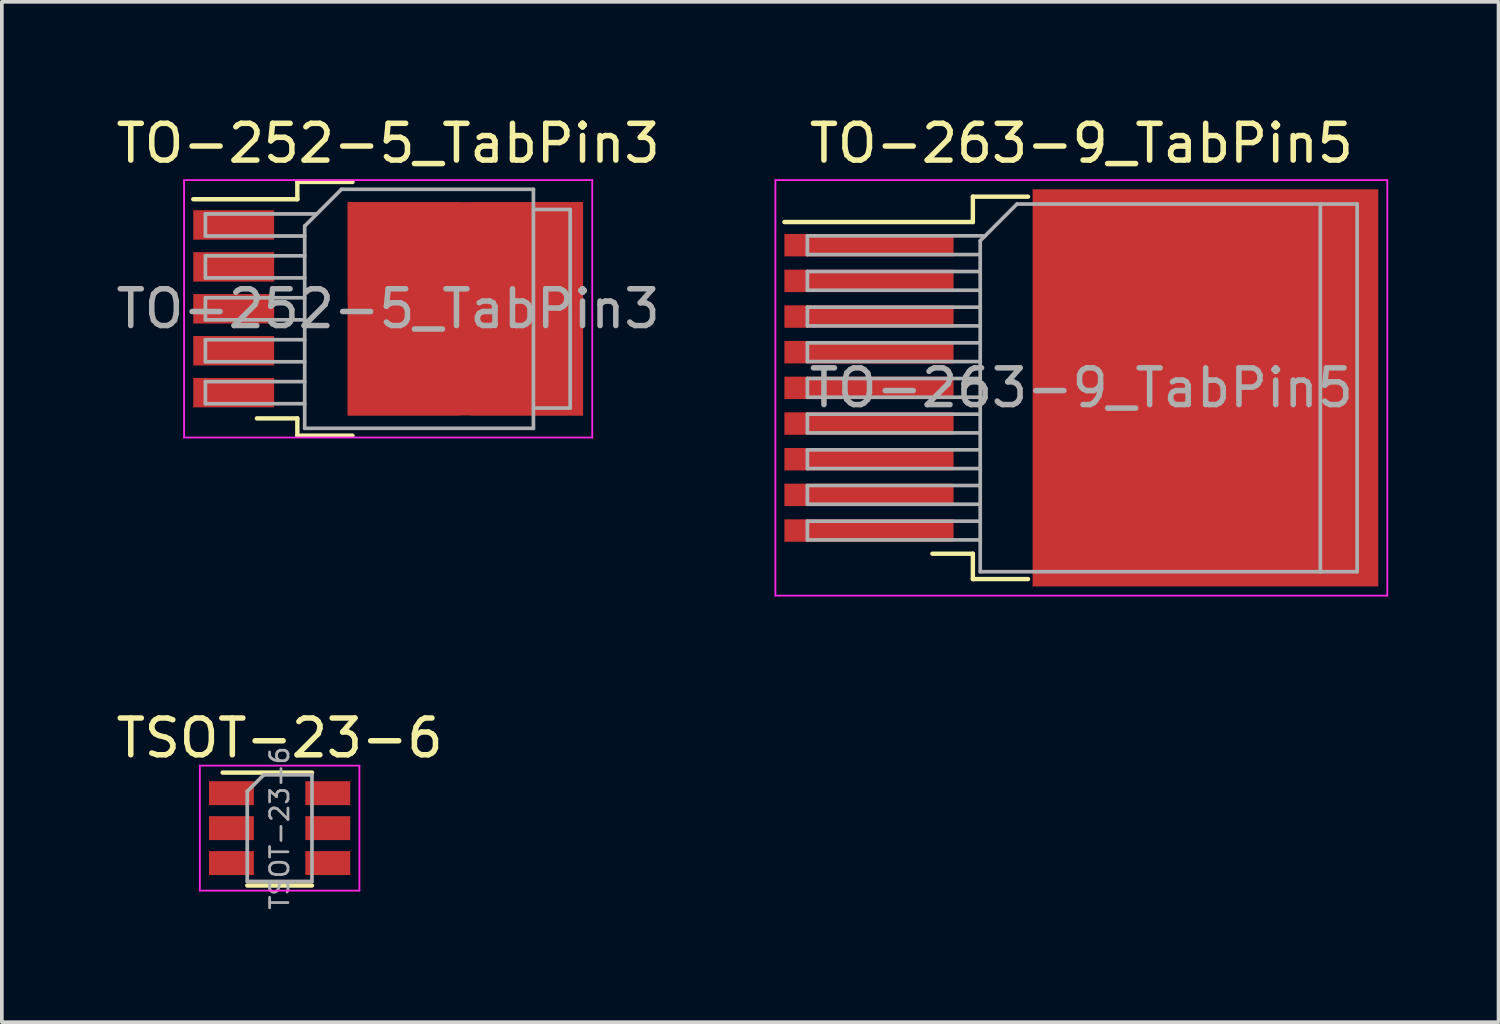
<source format=kicad_pcb>
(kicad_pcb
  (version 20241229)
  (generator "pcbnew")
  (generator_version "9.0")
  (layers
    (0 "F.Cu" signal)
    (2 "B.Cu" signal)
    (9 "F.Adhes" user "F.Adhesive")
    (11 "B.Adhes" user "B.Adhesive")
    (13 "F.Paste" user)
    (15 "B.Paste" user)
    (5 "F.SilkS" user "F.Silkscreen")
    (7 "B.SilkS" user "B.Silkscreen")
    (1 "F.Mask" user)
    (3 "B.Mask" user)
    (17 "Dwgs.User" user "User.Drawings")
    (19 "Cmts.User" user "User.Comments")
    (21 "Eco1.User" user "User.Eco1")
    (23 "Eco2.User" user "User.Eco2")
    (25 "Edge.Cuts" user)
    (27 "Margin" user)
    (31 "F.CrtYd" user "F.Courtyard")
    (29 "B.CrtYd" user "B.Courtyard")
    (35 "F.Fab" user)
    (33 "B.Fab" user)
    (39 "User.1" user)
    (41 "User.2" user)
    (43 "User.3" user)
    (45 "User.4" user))
  (footprint "TSOT-23-6"
    (layer "F.Cu")
    (at 4.554 19.471)
    (property "Reference" "TSOT-23-6" (at 0 -2.45 0) (layer "F.SilkS") (effects (font (size 1 1) (thickness 0.15))))
    (attr smd)
    (fp_line (start -0.88 1.56) (end 0.88 1.56) (stroke (width 0.12) (type solid)) (layer "F.SilkS"))
    (fp_line (start 0.88 -1.51) (end -1.55 -1.51) (stroke (width 0.12) (type solid)) (layer "F.SilkS"))
    (fp_line (start -2.17 -1.7) (end -2.17 1.7) (stroke (width 0.05) (type solid)) (layer "F.CrtYd"))
    (fp_line (start -2.17 -1.7) (end 2.17 -1.7) (stroke (width 0.05) (type solid)) (layer "F.CrtYd"))
    (fp_line (start 2.17 1.7) (end -2.17 1.7) (stroke (width 0.05) (type solid)) (layer "F.CrtYd"))
    (fp_line (start 2.17 1.7) (end 2.17 -1.7) (stroke (width 0.05) (type solid)) (layer "F.CrtYd"))
    (fp_line (start -0.88 -1) (end -0.88 1.45) (stroke (width 0.1) (type solid)) (layer "F.Fab"))
    (fp_line (start -0.88 -1) (end -0.43 -1.45) (stroke (width 0.1) (type solid)) (layer "F.Fab"))
    (fp_line (start 0.88 -1.45) (end -0.43 -1.45) (stroke (width 0.1) (type solid)) (layer "F.Fab"))
    (fp_line (start 0.88 -1.45) (end 0.88 1.45) (stroke (width 0.1) (type solid)) (layer "F.Fab"))
    (fp_line (start 0.88 1.45) (end -0.88 1.45) (stroke (width 0.1) (type solid)) (layer "F.Fab"))
    (fp_text user "${REFERENCE}" (at 0 0 90) (layer "F.Fab") (effects (font (size 0.5 0.5) (thickness 0.075))))
    (pad "1" smd rect (at -1.31 -0.95) (size 1.22 0.65) (layers "F.Cu" "F.Mask" "F.Paste"))
    (pad "2" smd rect (at -1.31 0) (size 1.22 0.65) (layers "F.Cu" "F.Mask" "F.Paste"))
    (pad "3" smd rect (at -1.31 0.95) (size 1.22 0.65) (layers "F.Cu" "F.Mask" "F.Paste"))
    (pad "4" smd rect (at 1.31 0.95) (size 1.22 0.65) (layers "F.Cu" "F.Mask" "F.Paste"))
    (pad "5" smd rect (at 1.31 0) (size 1.22 0.65) (layers "F.Cu" "F.Mask" "F.Paste"))
    (pad "6" smd rect (at 1.31 -0.95) (size 1.22 0.65) (layers "F.Cu" "F.Mask" "F.Paste")))
  (footprint "TO-252-5_TabPin3"
    (layer "F.Cu")
    (at 7.506 5.348)
    (property "Reference" "TO-252-5_TabPin3" (at 0 -4.5 0) (layer "F.SilkS") (effects (font (size 1 1) (thickness 0.15))))
    (attr smd)
    (fp_line (start -2.47 -3.45) (end -2.47 -2.98) (stroke (width 0.12) (type solid)) (layer "F.SilkS"))
    (fp_line (start -2.47 -2.98) (end -5.3 -2.98) (stroke (width 0.12) (type solid)) (layer "F.SilkS"))
    (fp_line (start -2.47 2.98) (end -3.57 2.98) (stroke (width 0.12) (type solid)) (layer "F.SilkS"))
    (fp_line (start -2.47 3.45) (end -2.47 2.98) (stroke (width 0.12) (type solid)) (layer "F.SilkS"))
    (fp_line (start -0.97 -3.45) (end -2.47 -3.45) (stroke (width 0.12) (type solid)) (layer "F.SilkS"))
    (fp_line (start -0.97 3.45) (end -2.47 3.45) (stroke (width 0.12) (type solid)) (layer "F.SilkS"))
    (fp_line (start -5.55 -3.5) (end -5.55 3.5) (stroke (width 0.05) (type solid)) (layer "F.CrtYd"))
    (fp_line (start -5.55 3.5) (end 5.55 3.5) (stroke (width 0.05) (type solid)) (layer "F.CrtYd"))
    (fp_line (start 5.55 -3.5) (end -5.55 -3.5) (stroke (width 0.05) (type solid)) (layer "F.CrtYd"))
    (fp_line (start 5.55 3.5) (end 5.55 -3.5) (stroke (width 0.05) (type solid)) (layer "F.CrtYd"))
    (fp_line (start -4.97 -2.58) (end -4.97 -1.98) (stroke (width 0.1) (type solid)) (layer "F.Fab"))
    (fp_line (start -4.97 -1.98) (end -2.27 -1.98) (stroke (width 0.1) (type solid)) (layer "F.Fab"))
    (fp_line (start -4.97 -1.44) (end -4.97 -0.84) (stroke (width 0.1) (type solid)) (layer "F.Fab"))
    (fp_line (start -4.97 -0.84) (end -2.27 -0.84) (stroke (width 0.1) (type solid)) (layer "F.Fab"))
    (fp_line (start -4.97 -0.3) (end -4.97 0.3) (stroke (width 0.1) (type solid)) (layer "F.Fab"))
    (fp_line (start -4.97 0.3) (end -2.27 0.3) (stroke (width 0.1) (type solid)) (layer "F.Fab"))
    (fp_line (start -4.97 0.84) (end -4.97 1.44) (stroke (width 0.1) (type solid)) (layer "F.Fab"))
    (fp_line (start -4.97 1.44) (end -2.27 1.44) (stroke (width 0.1) (type solid)) (layer "F.Fab"))
    (fp_line (start -4.97 1.98) (end -4.97 2.58) (stroke (width 0.1) (type solid)) (layer "F.Fab"))
    (fp_line (start -4.97 2.58) (end -2.27 2.58) (stroke (width 0.1) (type solid)) (layer "F.Fab"))
    (fp_line (start -2.27 -2.25) (end -1.27 -3.25) (stroke (width 0.1) (type solid)) (layer "F.Fab"))
    (fp_line (start -2.27 -1.44) (end -4.97 -1.44) (stroke (width 0.1) (type solid)) (layer "F.Fab"))
    (fp_line (start -2.27 -0.3) (end -4.97 -0.3) (stroke (width 0.1) (type solid)) (layer "F.Fab"))
    (fp_line (start -2.27 0.84) (end -4.97 0.84) (stroke (width 0.1) (type solid)) (layer "F.Fab"))
    (fp_line (start -2.27 1.98) (end -4.97 1.98) (stroke (width 0.1) (type solid)) (layer "F.Fab"))
    (fp_line (start -2.27 3.25) (end -2.27 -2.25) (stroke (width 0.1) (type solid)) (layer "F.Fab"))
    (fp_line (start -1.94 -2.58) (end -4.97 -2.58) (stroke (width 0.1) (type solid)) (layer "F.Fab"))
    (fp_line (start -1.27 -3.25) (end 3.95 -3.25) (stroke (width 0.1) (type solid)) (layer "F.Fab"))
    (fp_line (start 3.95 -3.25) (end 3.95 3.25) (stroke (width 0.1) (type solid)) (layer "F.Fab"))
    (fp_line (start 3.95 -2.7) (end 4.95 -2.7) (stroke (width 0.1) (type solid)) (layer "F.Fab"))
    (fp_line (start 3.95 3.25) (end -2.27 3.25) (stroke (width 0.1) (type solid)) (layer "F.Fab"))
    (fp_line (start 4.95 -2.7) (end 4.95 2.7) (stroke (width 0.1) (type solid)) (layer "F.Fab"))
    (fp_line (start 4.95 2.7) (end 3.95 2.7) (stroke (width 0.1) (type solid)) (layer "F.Fab"))
    (fp_text user "${REFERENCE}" (at 0 0 0) (layer "F.Fab") (effects (font (size 1 1) (thickness 0.15))))
    (pad "1" smd rect (at -4.2 -2.28) (size 2.2 0.8) (layers "F.Cu" "F.Mask" "F.Paste"))
    (pad "2" smd rect (at -4.2 -1.14) (size 2.2 0.8) (layers "F.Cu" "F.Mask" "F.Paste"))
    (pad "3" smd rect (at -4.2 0) (size 2.2 0.8) (layers "F.Cu" "F.Mask" "F.Paste"))
    (pad "3" smd rect (at 0.425 -1.525) (size 3.05 2.75) (layers "F.Cu" "F.Paste"))
    (pad "3" smd rect (at 0.425 1.525) (size 3.05 2.75) (layers "F.Cu" "F.Paste"))
    (pad "3" smd rect (at 2.1 0) (size 6.4 5.8) (layers "F.Cu" "F.Mask"))
    (pad "3" smd rect (at 3.775 -1.525) (size 3.05 2.75) (layers "F.Cu" "F.Paste"))
    (pad "3" smd rect (at 3.775 1.525) (size 3.05 2.75) (layers "F.Cu" "F.Paste"))
    (pad "4" smd rect (at -4.2 1.14) (size 2.2 0.8) (layers "F.Cu" "F.Mask" "F.Paste"))
    (pad "5" smd rect (at -4.2 2.28) (size 2.2 0.8) (layers "F.Cu" "F.Mask" "F.Paste")))
  (footprint "TO-263-9_TabPin5"
    (layer "F.Cu")
    (at 26.357 7.498)
    (property "Reference" "TO-263-9_TabPin5" (at 0 -6.65 0) (layer "F.SilkS") (effects (font (size 1 1) (thickness 0.15))))
    (attr smd)
    (fp_line (start -2.95 -5.2) (end -2.95 -4.51) (stroke (width 0.12) (type solid)) (layer "F.SilkS"))
    (fp_line (start -2.95 -4.51) (end -8.075 -4.51) (stroke (width 0.12) (type solid)) (layer "F.SilkS"))
    (fp_line (start -2.95 4.51) (end -4.05 4.51) (stroke (width 0.12) (type solid)) (layer "F.SilkS"))
    (fp_line (start -2.95 5.2) (end -2.95 4.51) (stroke (width 0.12) (type solid)) (layer "F.SilkS"))
    (fp_line (start -1.45 -5.2) (end -2.95 -5.2) (stroke (width 0.12) (type solid)) (layer "F.SilkS"))
    (fp_line (start -1.45 5.2) (end -2.95 5.2) (stroke (width 0.12) (type solid)) (layer "F.SilkS"))
    (fp_line (start -8.32 -5.65) (end -8.32 5.65) (stroke (width 0.05) (type solid)) (layer "F.CrtYd"))
    (fp_line (start -8.32 5.65) (end 8.32 5.65) (stroke (width 0.05) (type solid)) (layer "F.CrtYd"))
    (fp_line (start 8.32 -5.65) (end -8.32 -5.65) (stroke (width 0.05) (type solid)) (layer "F.CrtYd"))
    (fp_line (start 8.32 5.65) (end 8.32 -5.65) (stroke (width 0.05) (type solid)) (layer "F.CrtYd"))
    (fp_line (start -7.45 -4.135) (end -7.45 -3.625) (stroke (width 0.1) (type solid)) (layer "F.Fab"))
    (fp_line (start -7.45 -3.625) (end -2.75 -3.625) (stroke (width 0.1) (type solid)) (layer "F.Fab"))
    (fp_line (start -7.45 -3.165) (end -7.45 -2.655) (stroke (width 0.1) (type solid)) (layer "F.Fab"))
    (fp_line (start -7.45 -2.655) (end -2.75 -2.655) (stroke (width 0.1) (type solid)) (layer "F.Fab"))
    (fp_line (start -7.45 -2.195) (end -7.45 -1.685) (stroke (width 0.1) (type solid)) (layer "F.Fab"))
    (fp_line (start -7.45 -1.685) (end -2.75 -1.685) (stroke (width 0.1) (type solid)) (layer "F.Fab"))
    (fp_line (start -7.45 -1.225) (end -7.45 -0.715) (stroke (width 0.1) (type solid)) (layer "F.Fab"))
    (fp_line (start -7.45 -0.715) (end -2.75 -0.715) (stroke (width 0.1) (type solid)) (layer "F.Fab"))
    (fp_line (start -7.45 -0.255) (end -7.45 0.255) (stroke (width 0.1) (type solid)) (layer "F.Fab"))
    (fp_line (start -7.45 0.255) (end -2.75 0.255) (stroke (width 0.1) (type solid)) (layer "F.Fab"))
    (fp_line (start -7.45 0.715) (end -7.45 1.225) (stroke (width 0.1) (type solid)) (layer "F.Fab"))
    (fp_line (start -7.45 1.225) (end -2.75 1.225) (stroke (width 0.1) (type solid)) (layer "F.Fab"))
    (fp_line (start -7.45 1.685) (end -7.45 2.195) (stroke (width 0.1) (type solid)) (layer "F.Fab"))
    (fp_line (start -7.45 2.195) (end -2.75 2.195) (stroke (width 0.1) (type solid)) (layer "F.Fab"))
    (fp_line (start -7.45 2.655) (end -7.45 3.165) (stroke (width 0.1) (type solid)) (layer "F.Fab"))
    (fp_line (start -7.45 3.165) (end -2.75 3.165) (stroke (width 0.1) (type solid)) (layer "F.Fab"))
    (fp_line (start -7.45 3.625) (end -7.45 4.135) (stroke (width 0.1) (type solid)) (layer "F.Fab"))
    (fp_line (start -7.45 4.135) (end -2.75 4.135) (stroke (width 0.1) (type solid)) (layer "F.Fab"))
    (fp_line (start -2.75 -4) (end -1.75 -5) (stroke (width 0.1) (type solid)) (layer "F.Fab"))
    (fp_line (start -2.75 -3.165) (end -7.45 -3.165) (stroke (width 0.1) (type solid)) (layer "F.Fab"))
    (fp_line (start -2.75 -2.195) (end -7.45 -2.195) (stroke (width 0.1) (type solid)) (layer "F.Fab"))
    (fp_line (start -2.75 -1.225) (end -7.45 -1.225) (stroke (width 0.1) (type solid)) (layer "F.Fab"))
    (fp_line (start -2.75 -0.255) (end -7.45 -0.255) (stroke (width 0.1) (type solid)) (layer "F.Fab"))
    (fp_line (start -2.75 0.715) (end -7.45 0.715) (stroke (width 0.1) (type solid)) (layer "F.Fab"))
    (fp_line (start -2.75 1.685) (end -7.45 1.685) (stroke (width 0.1) (type solid)) (layer "F.Fab"))
    (fp_line (start -2.75 2.655) (end -7.45 2.655) (stroke (width 0.1) (type solid)) (layer "F.Fab"))
    (fp_line (start -2.75 3.625) (end -7.45 3.625) (stroke (width 0.1) (type solid)) (layer "F.Fab"))
    (fp_line (start -2.75 5) (end -2.75 -4) (stroke (width 0.1) (type solid)) (layer "F.Fab"))
    (fp_line (start -2.615 -4.135) (end -7.45 -4.135) (stroke (width 0.1) (type solid)) (layer "F.Fab"))
    (fp_line (start -1.75 -5) (end 6.5 -5) (stroke (width 0.1) (type solid)) (layer "F.Fab"))
    (fp_line (start 6.5 -5) (end 6.5 5) (stroke (width 0.1) (type solid)) (layer "F.Fab"))
    (fp_line (start 6.5 -5) (end 7.5 -5) (stroke (width 0.1) (type solid)) (layer "F.Fab"))
    (fp_line (start 6.5 5) (end -2.75 5) (stroke (width 0.1) (type solid)) (layer "F.Fab"))
    (fp_line (start 7.5 -5) (end 7.5 5) (stroke (width 0.1) (type solid)) (layer "F.Fab"))
    (fp_line (start 7.5 5) (end 6.5 5) (stroke (width 0.1) (type solid)) (layer "F.Fab"))
    (fp_text user "${REFERENCE}" (at 0 0 0) (layer "F.Fab") (effects (font (size 1 1) (thickness 0.15))))
    (pad "" smd rect (at 0.95 -2.775) (size 4.55 5.25) (layers "F.Paste"))
    (pad "" smd rect (at 0.95 2.775) (size 4.55 5.25) (layers "F.Paste"))
    (pad "" smd rect (at 5.8 -2.775) (size 4.55 5.25) (layers "F.Paste"))
    (pad "" smd rect (at 5.8 2.775) (size 4.55 5.25) (layers "F.Paste"))
    (pad "1" smd rect (at -5.775 -3.88) (size 4.6 0.61) (layers "F.Cu" "F.Mask" "F.Paste"))
    (pad "2" smd rect (at -5.775 -2.91) (size 4.6 0.61) (layers "F.Cu" "F.Mask" "F.Paste"))
    (pad "3" smd rect (at -5.775 -1.94) (size 4.6 0.61) (layers "F.Cu" "F.Mask" "F.Paste"))
    (pad "4" smd rect (at -5.775 -0.97) (size 4.6 0.61) (layers "F.Cu" "F.Mask" "F.Paste"))
    (pad "5" smd rect (at -5.775 0) (size 4.6 0.61) (layers "F.Cu" "F.Mask" "F.Paste"))
    (pad "5" smd rect (at 3.375 0) (size 9.4 10.8) (layers "F.Cu" "F.Mask"))
    (pad "6" smd rect (at -5.775 0.97) (size 4.6 0.61) (layers "F.Cu" "F.Mask" "F.Paste"))
    (pad "7" smd rect (at -5.775 1.94) (size 4.6 0.61) (layers "F.Cu" "F.Mask" "F.Paste"))
    (pad "8" smd rect (at -5.775 2.91) (size 4.6 0.61) (layers "F.Cu" "F.Mask" "F.Paste"))
    (pad "9" smd rect (at -5.775 3.88) (size 4.6 0.61) (layers "F.Cu" "F.Mask" "F.Paste")))
  (gr_rect
    (start -3 -3)
    (end 37.702 24.748)
    (stroke (width 0.1) (type default))
    (fill no)
    (layer "Edge.Cuts")))
</source>
